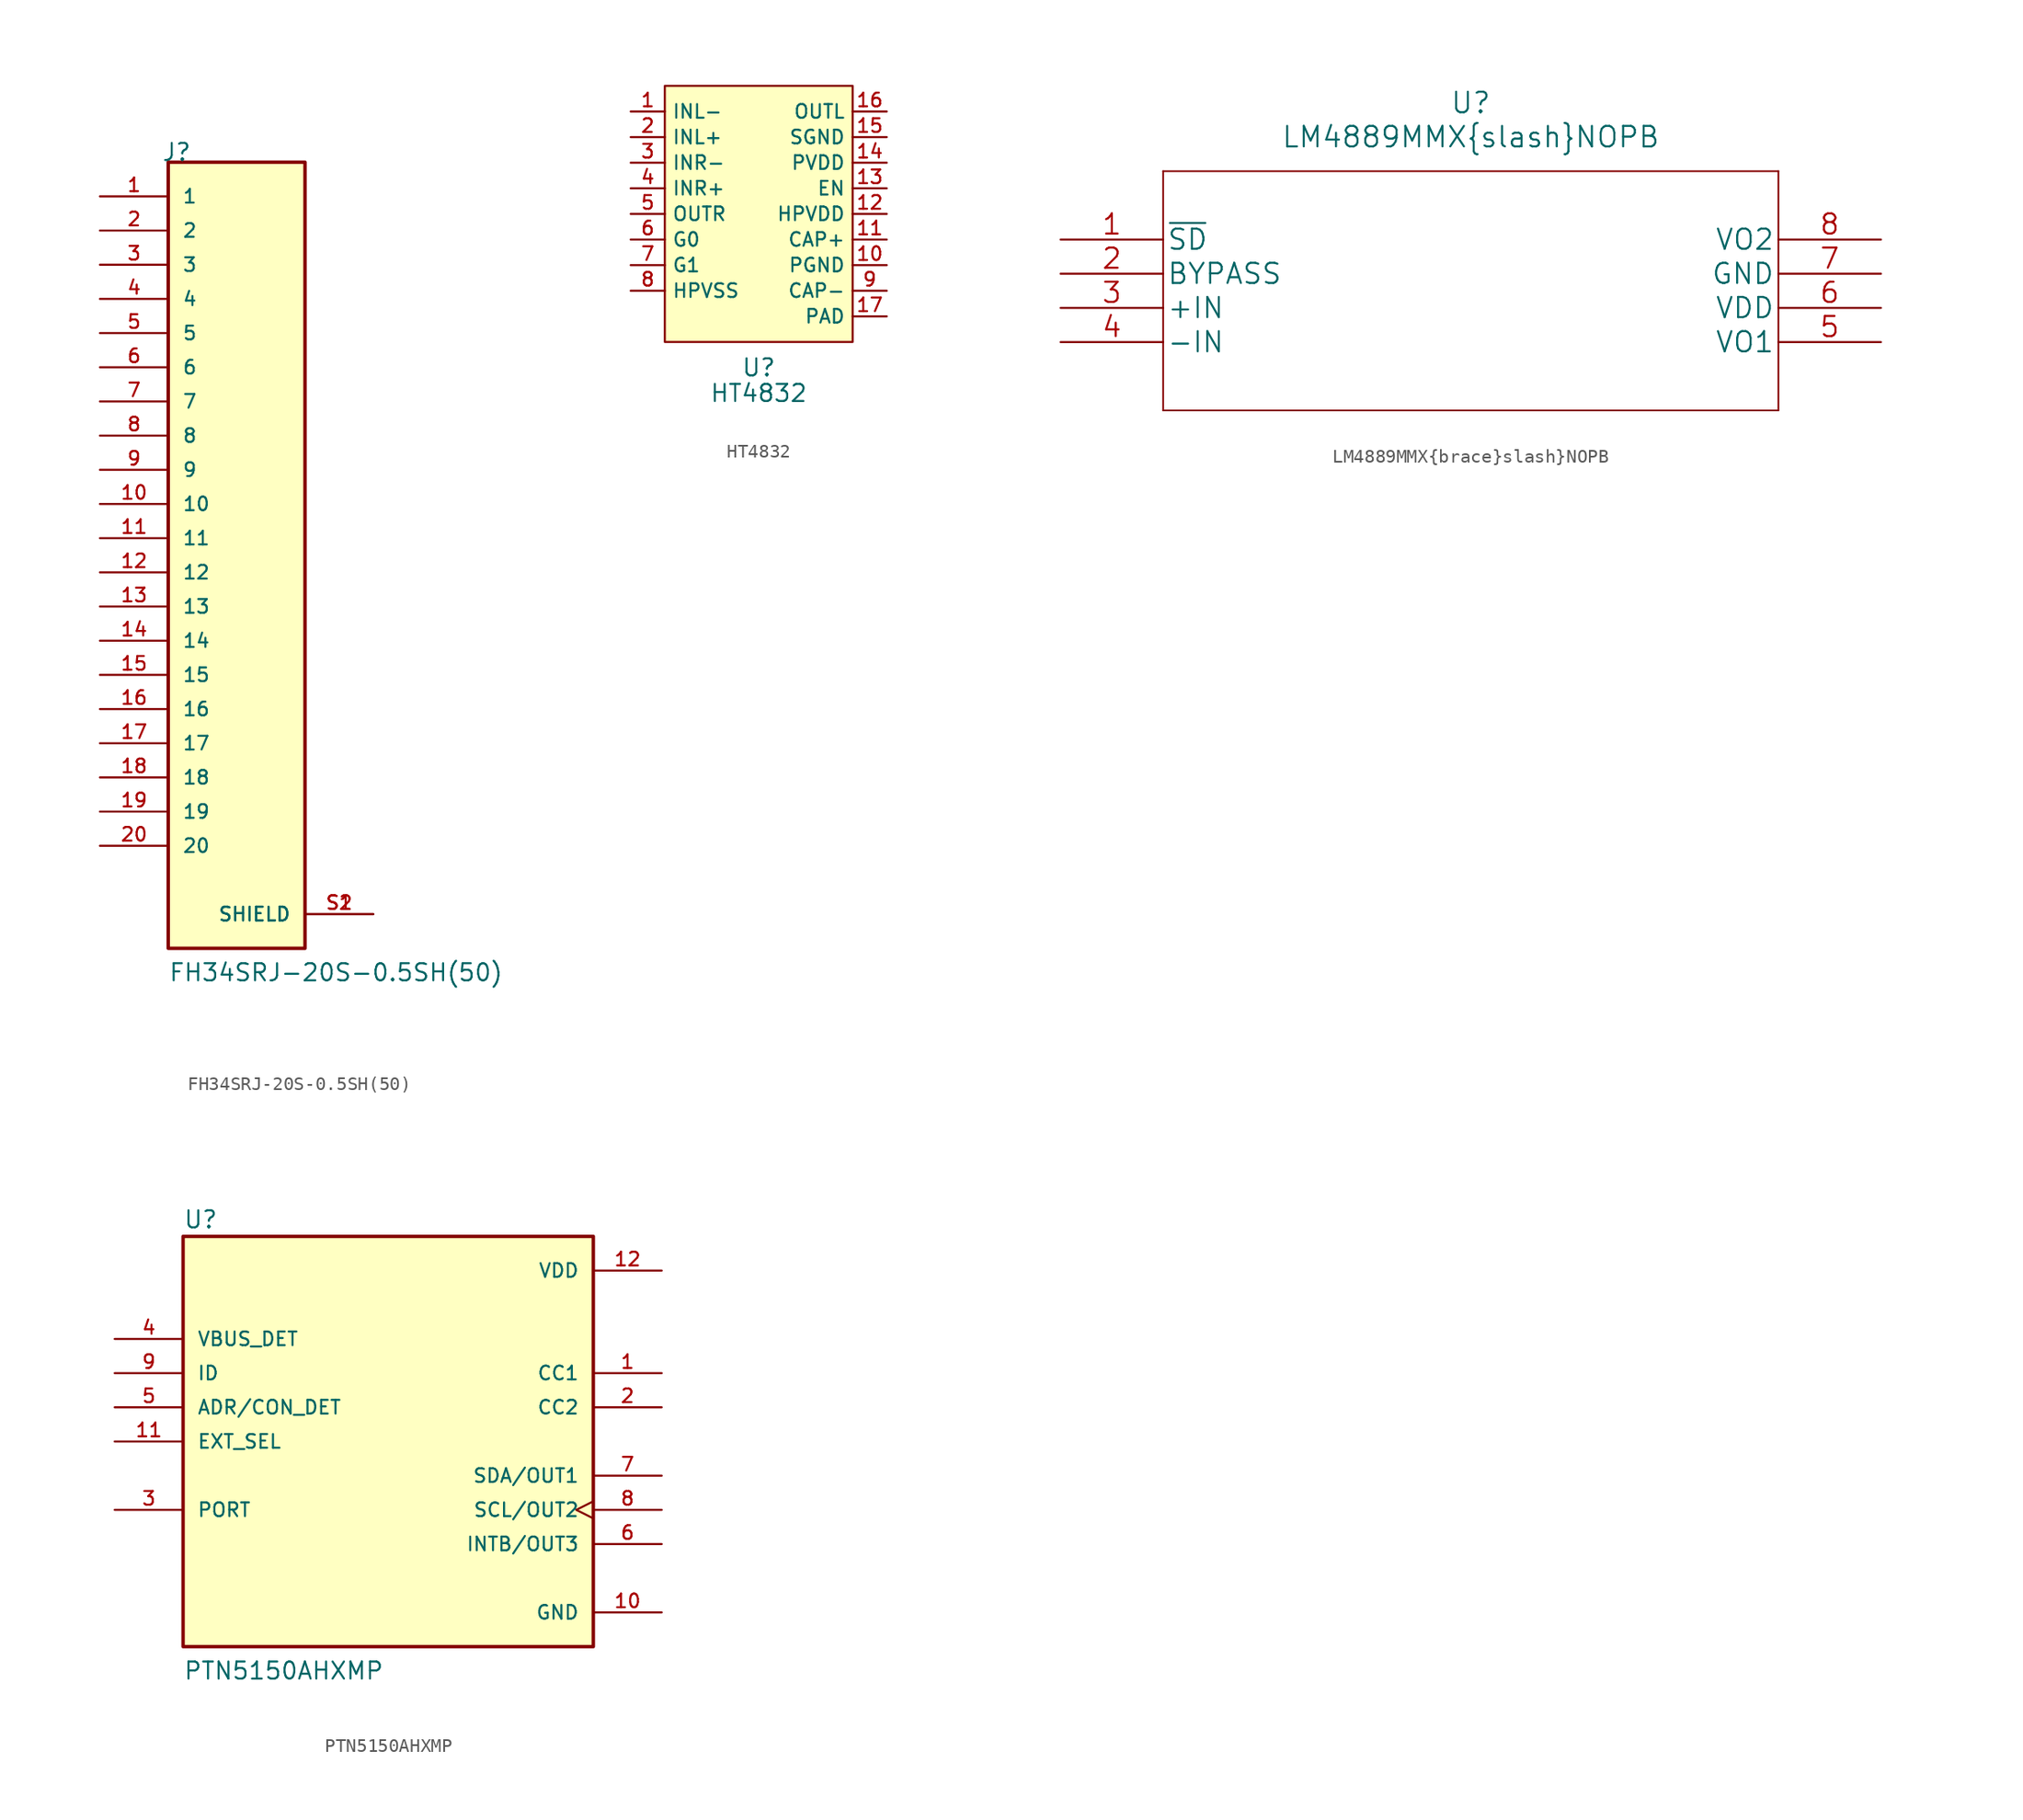
<source format=kicad_sym>
(kicad_symbol_lib
  (version 20211014)
  (generator kicad_symbol_editor)
  (symbol "FH34SRJ-20S-0.5SH(50)"
    (pin_names
      (offset 1.016))
    (property "Reference" "J"
      (at -5.588 27.94 0)
      (effects (font (size 1.27 1.27)) (justify left bottom)))
    (property "Value" "FH34SRJ-20S-0.5SH(50)"
      (at -5.08 -33.02 0)
      (effects (font (size 1.27 1.27)) (justify left bottom)))
    (symbol "FH34SRJ-20S-0.5SH(50)_0_0"
      (rectangle (start -5.08 -30.48) (end 5.08 27.94) (stroke (width 0.254) (type default) (color 0 0 0 0)) (fill (type background)))
      (pin passive line (at -10.16 25.4 0) (length 5.08) (name "1" (effects (font (size 1.016 1.016)))) (number "1" (effects (font (size 1.016 1.016)))))
      (pin passive line (at -10.16 2.54 0) (length 5.08) (name "10" (effects (font (size 1.016 1.016)))) (number "10" (effects (font (size 1.016 1.016)))))
      (pin passive line (at -10.16 0 0) (length 5.08) (name "11" (effects (font (size 1.016 1.016)))) (number "11" (effects (font (size 1.016 1.016)))))
      (pin passive line (at -10.16 -2.54 0) (length 5.08) (name "12" (effects (font (size 1.016 1.016)))) (number "12" (effects (font (size 1.016 1.016)))))
      (pin passive line (at -10.16 -5.08 0) (length 5.08) (name "13" (effects (font (size 1.016 1.016)))) (number "13" (effects (font (size 1.016 1.016)))))
      (pin passive line (at -10.16 -7.62 0) (length 5.08) (name "14" (effects (font (size 1.016 1.016)))) (number "14" (effects (font (size 1.016 1.016)))))
      (pin passive line (at -10.16 -10.16 0) (length 5.08) (name "15" (effects (font (size 1.016 1.016)))) (number "15" (effects (font (size 1.016 1.016)))))
      (pin passive line (at -10.16 -12.7 0) (length 5.08) (name "16" (effects (font (size 1.016 1.016)))) (number "16" (effects (font (size 1.016 1.016)))))
      (pin passive line (at -10.16 -15.24 0) (length 5.08) (name "17" (effects (font (size 1.016 1.016)))) (number "17" (effects (font (size 1.016 1.016)))))
      (pin passive line (at -10.16 -17.78 0) (length 5.08) (name "18" (effects (font (size 1.016 1.016)))) (number "18" (effects (font (size 1.016 1.016)))))
      (pin passive line (at -10.16 -20.32 0) (length 5.08) (name "19" (effects (font (size 1.016 1.016)))) (number "19" (effects (font (size 1.016 1.016)))))
      (pin passive line (at -10.16 22.86 0) (length 5.08) (name "2" (effects (font (size 1.016 1.016)))) (number "2" (effects (font (size 1.016 1.016)))))
      (pin passive line (at -10.16 -22.86 0) (length 5.08) (name "20" (effects (font (size 1.016 1.016)))) (number "20" (effects (font (size 1.016 1.016)))))
      (pin passive line (at -10.16 20.32 0) (length 5.08) (name "3" (effects (font (size 1.016 1.016)))) (number "3" (effects (font (size 1.016 1.016)))))
      (pin passive line (at -10.16 17.78 0) (length 5.08) (name "4" (effects (font (size 1.016 1.016)))) (number "4" (effects (font (size 1.016 1.016)))))
      (pin passive line (at -10.16 15.24 0) (length 5.08) (name "5" (effects (font (size 1.016 1.016)))) (number "5" (effects (font (size 1.016 1.016)))))
      (pin passive line (at -10.16 12.7 0) (length 5.08) (name "6" (effects (font (size 1.016 1.016)))) (number "6" (effects (font (size 1.016 1.016)))))
      (pin passive line (at -10.16 10.16 0) (length 5.08) (name "7" (effects (font (size 1.016 1.016)))) (number "7" (effects (font (size 1.016 1.016)))))
      (pin passive line (at -10.16 7.62 0) (length 5.08) (name "8" (effects (font (size 1.016 1.016)))) (number "8" (effects (font (size 1.016 1.016)))))
      (pin passive line (at -10.16 5.08 0) (length 5.08) (name "9" (effects (font (size 1.016 1.016)))) (number "9" (effects (font (size 1.016 1.016)))))
      (pin passive line (at 10.16 -27.94 180) (length 5.08) (name "SHIELD" (effects (font (size 1.016 1.016)))) (number "S1" (effects (font (size 1.016 1.016)))))
      (pin passive line (at 10.16 -27.94 180) (length 5.08) (name "SHIELD" (effects (font (size 1.016 1.016)))) (number "S2" (effects (font (size 1.016 1.016)))))))
  (symbol "HT4832"
    (property "Reference" "U"
      (at 0 -11.43 0)
      (effects (font (size 1.27 1.27))))
    (property "Value" "HT4832"
      (at 0 -13.335 0)
      (effects (font (size 1.27 1.27))))
    (symbol "HT4832_0_1"
      (rectangle (start -6.985 9.525) (end 6.985 -9.525) (stroke (width 0) (type default) (color 0 0 0 0)) (fill (type background))))
    (symbol "HT4832_1_1"
      (pin passive line (at -9.525 7.62 0) (length 2.54) (name "INL-" (effects (font (size 1.016 1.016)))) (number "1" (effects (font (size 1.016 1.016)))))
      (pin passive line (at 9.525 -3.81 180) (length 2.54) (name "PGND" (effects (font (size 1.016 1.016)))) (number "10" (effects (font (size 1.016 1.016)))))
      (pin passive line (at 9.525 -1.905 180) (length 2.54) (name "CAP+" (effects (font (size 1.016 1.016)))) (number "11" (effects (font (size 1.016 1.016)))))
      (pin passive line (at 9.525 0 180) (length 2.54) (name "HPVDD" (effects (font (size 1.016 1.016)))) (number "12" (effects (font (size 1.016 1.016)))))
      (pin passive line (at 9.525 1.905 180) (length 2.54) (name "EN" (effects (font (size 1.016 1.016)))) (number "13" (effects (font (size 1.016 1.016)))))
      (pin passive line (at 9.525 3.81 180) (length 2.54) (name "PVDD" (effects (font (size 1.016 1.016)))) (number "14" (effects (font (size 1.016 1.016)))))
      (pin passive line (at 9.525 5.715 180) (length 2.54) (name "SGND" (effects (font (size 1.016 1.016)))) (number "15" (effects (font (size 1.016 1.016)))))
      (pin passive line (at 9.525 7.62 180) (length 2.54) (name "OUTL" (effects (font (size 1.016 1.016)))) (number "16" (effects (font (size 1.016 1.016)))))
      (pin passive line (at 9.525 -7.62 180) (length 2.54) (name "PAD" (effects (font (size 1.016 1.016)))) (number "17" (effects (font (size 1.016 1.016)))))
      (pin passive line (at -9.525 5.715 0) (length 2.54) (name "INL+" (effects (font (size 1.016 1.016)))) (number "2" (effects (font (size 1.016 1.016)))))
      (pin passive line (at -9.525 3.81 0) (length 2.54) (name "INR-" (effects (font (size 1.016 1.016)))) (number "3" (effects (font (size 1.016 1.016)))))
      (pin passive line (at -9.525 1.905 0) (length 2.54) (name "INR+" (effects (font (size 1.016 1.016)))) (number "4" (effects (font (size 1.016 1.016)))))
      (pin passive line (at -9.525 0 0) (length 2.54) (name "OUTR" (effects (font (size 1.016 1.016)))) (number "5" (effects (font (size 1.016 1.016)))))
      (pin passive line (at -9.525 -1.905 0) (length 2.54) (name "G0" (effects (font (size 1.016 1.016)))) (number "6" (effects (font (size 1.016 1.016)))))
      (pin passive line (at -9.525 -3.81 0) (length 2.54) (name "G1" (effects (font (size 1.016 1.016)))) (number "7" (effects (font (size 1.016 1.016)))))
      (pin passive line (at -9.525 -5.715 0) (length 2.54) (name "HPVSS" (effects (font (size 1.016 1.016)))) (number "8" (effects (font (size 1.016 1.016)))))
      (pin passive line (at 9.525 -5.715 180) (length 2.54) (name "CAP-" (effects (font (size 1.016 1.016)))) (number "9" (effects (font (size 1.016 1.016)))))))
  (symbol "LM4889MMX{brace}slash}NOPB"
    (pin_names
      (offset 0.254))
    (property "Reference" "U"
      (at 30.48 10.16 0)
      (effects (font (size 1.524 1.524))))
    (property "Value" "LM4889MMX{brace}slash}NOPB"
      (at 30.48 7.62 0)
      (effects (font (size 1.524 1.524))))
    (property "Datasheet" ""
      (at 0 0 0)
      (effects (font (size 1.524 1.524))))
    (symbol "LM4889MMX{brace}slash}NOPB_1_1"
      (polyline (pts (xy 7.62 -12.7) (xy 53.34 -12.7)) (stroke (width 0.127) (type default) (color 0 0 0 0)) (fill (type none)))
      (polyline (pts (xy 7.62 5.08) (xy 7.62 -12.7)) (stroke (width 0.127) (type default) (color 0 0 0 0)) (fill (type none)))
      (polyline (pts (xy 53.34 -12.7) (xy 53.34 5.08)) (stroke (width 0.127) (type default) (color 0 0 0 0)) (fill (type none)))
      (polyline (pts (xy 53.34 5.08) (xy 7.62 5.08)) (stroke (width 0.127) (type default) (color 0 0 0 0)) (fill (type none)))
      (pin input line (at 0 0 0) (length 7.62) (name "~{SD}" (effects (font (size 1.499 1.499)))) (number "1" (effects (font (size 1.499 1.499)))))
      (pin passive line (at 0 -2.54 0) (length 7.62) (name "BYPASS" (effects (font (size 1.499 1.499)))) (number "2" (effects (font (size 1.499 1.499)))))
      (pin input line (at 0 -5.08 0) (length 7.62) (name "+IN" (effects (font (size 1.499 1.499)))) (number "3" (effects (font (size 1.499 1.499)))))
      (pin input line (at 0 -7.62 0) (length 7.62) (name "-IN" (effects (font (size 1.499 1.499)))) (number "4" (effects (font (size 1.499 1.499)))))
      (pin output line (at 60.96 -7.62 180) (length 7.62) (name "VO1" (effects (font (size 1.499 1.499)))) (number "5" (effects (font (size 1.499 1.499)))))
      (pin power_in line (at 60.96 -5.08 180) (length 7.62) (name "VDD" (effects (font (size 1.499 1.499)))) (number "6" (effects (font (size 1.499 1.499)))))
      (pin power_in line (at 60.96 -2.54 180) (length 7.62) (name "GND" (effects (font (size 1.499 1.499)))) (number "7" (effects (font (size 1.499 1.499)))))
      (pin output line (at 60.96 0 180) (length 7.62) (name "VO2" (effects (font (size 1.499 1.499)))) (number "8" (effects (font (size 1.499 1.499)))))))
  (symbol "PTN5150AHXMP"
    (pin_names
      (offset 1.016))
    (property "Reference" "U"
      (at -15.24 15.748 0)
      (effects (font (size 1.27 1.27)) (justify left bottom)))
    (property "Value" "PTN5150AHXMP"
      (at -15.24 -17.78 0)
      (effects (font (size 1.27 1.27)) (justify left bottom)))
    (property "ki_locked" ""
      (at 0 0 0)
      (effects (font (size 1.27 1.27))))
    (symbol "PTN5150AHXMP_0_0"
      (rectangle (start -15.24 -15.24) (end 15.24 15.24) (stroke (width 0.254) (type default) (color 0 0 0 0)) (fill (type background)))
      (pin bidirectional line (at 20.32 5.08 180) (length 5.08) (name "CC1" (effects (font (size 1.016 1.016)))) (number "1" (effects (font (size 1.016 1.016)))))
      (pin power_in line (at 20.32 -12.7 180) (length 5.08) (name "GND" (effects (font (size 1.016 1.016)))) (number "10" (effects (font (size 1.016 1.016)))))
      (pin output line (at -20.32 0 0) (length 5.08) (name "EXT_SEL" (effects (font (size 1.016 1.016)))) (number "11" (effects (font (size 1.016 1.016)))))
      (pin power_in line (at 20.32 12.7 180) (length 5.08) (name "VDD" (effects (font (size 1.016 1.016)))) (number "12" (effects (font (size 1.016 1.016)))))
      (pin bidirectional line (at 20.32 2.54 180) (length 5.08) (name "CC2" (effects (font (size 1.016 1.016)))) (number "2" (effects (font (size 1.016 1.016)))))
      (pin input line (at -20.32 -5.08 0) (length 5.08) (name "PORT" (effects (font (size 1.016 1.016)))) (number "3" (effects (font (size 1.016 1.016)))))
      (pin input line (at -20.32 7.62 0) (length 5.08) (name "VBUS_DET" (effects (font (size 1.016 1.016)))) (number "4" (effects (font (size 1.016 1.016)))))
      (pin bidirectional line (at -20.32 2.54 0) (length 5.08) (name "ADR/CON_DET" (effects (font (size 1.016 1.016)))) (number "5" (effects (font (size 1.016 1.016)))))
      (pin output line (at 20.32 -7.62 180) (length 5.08) (name "INTB/OUT3" (effects (font (size 1.016 1.016)))) (number "6" (effects (font (size 1.016 1.016)))))
      (pin bidirectional line (at 20.32 -2.54 180) (length 5.08) (name "SDA/OUT1" (effects (font (size 1.016 1.016)))) (number "7" (effects (font (size 1.016 1.016)))))
      (pin bidirectional clock (at 20.32 -5.08 180) (length 5.08) (name "SCL/OUT2" (effects (font (size 1.016 1.016)))) (number "8" (effects (font (size 1.016 1.016)))))
      (pin output line (at -20.32 5.08 0) (length 5.08) (name "ID" (effects (font (size 1.016 1.016)))) (number "9" (effects (font (size 1.016 1.016))))))))
</source>
